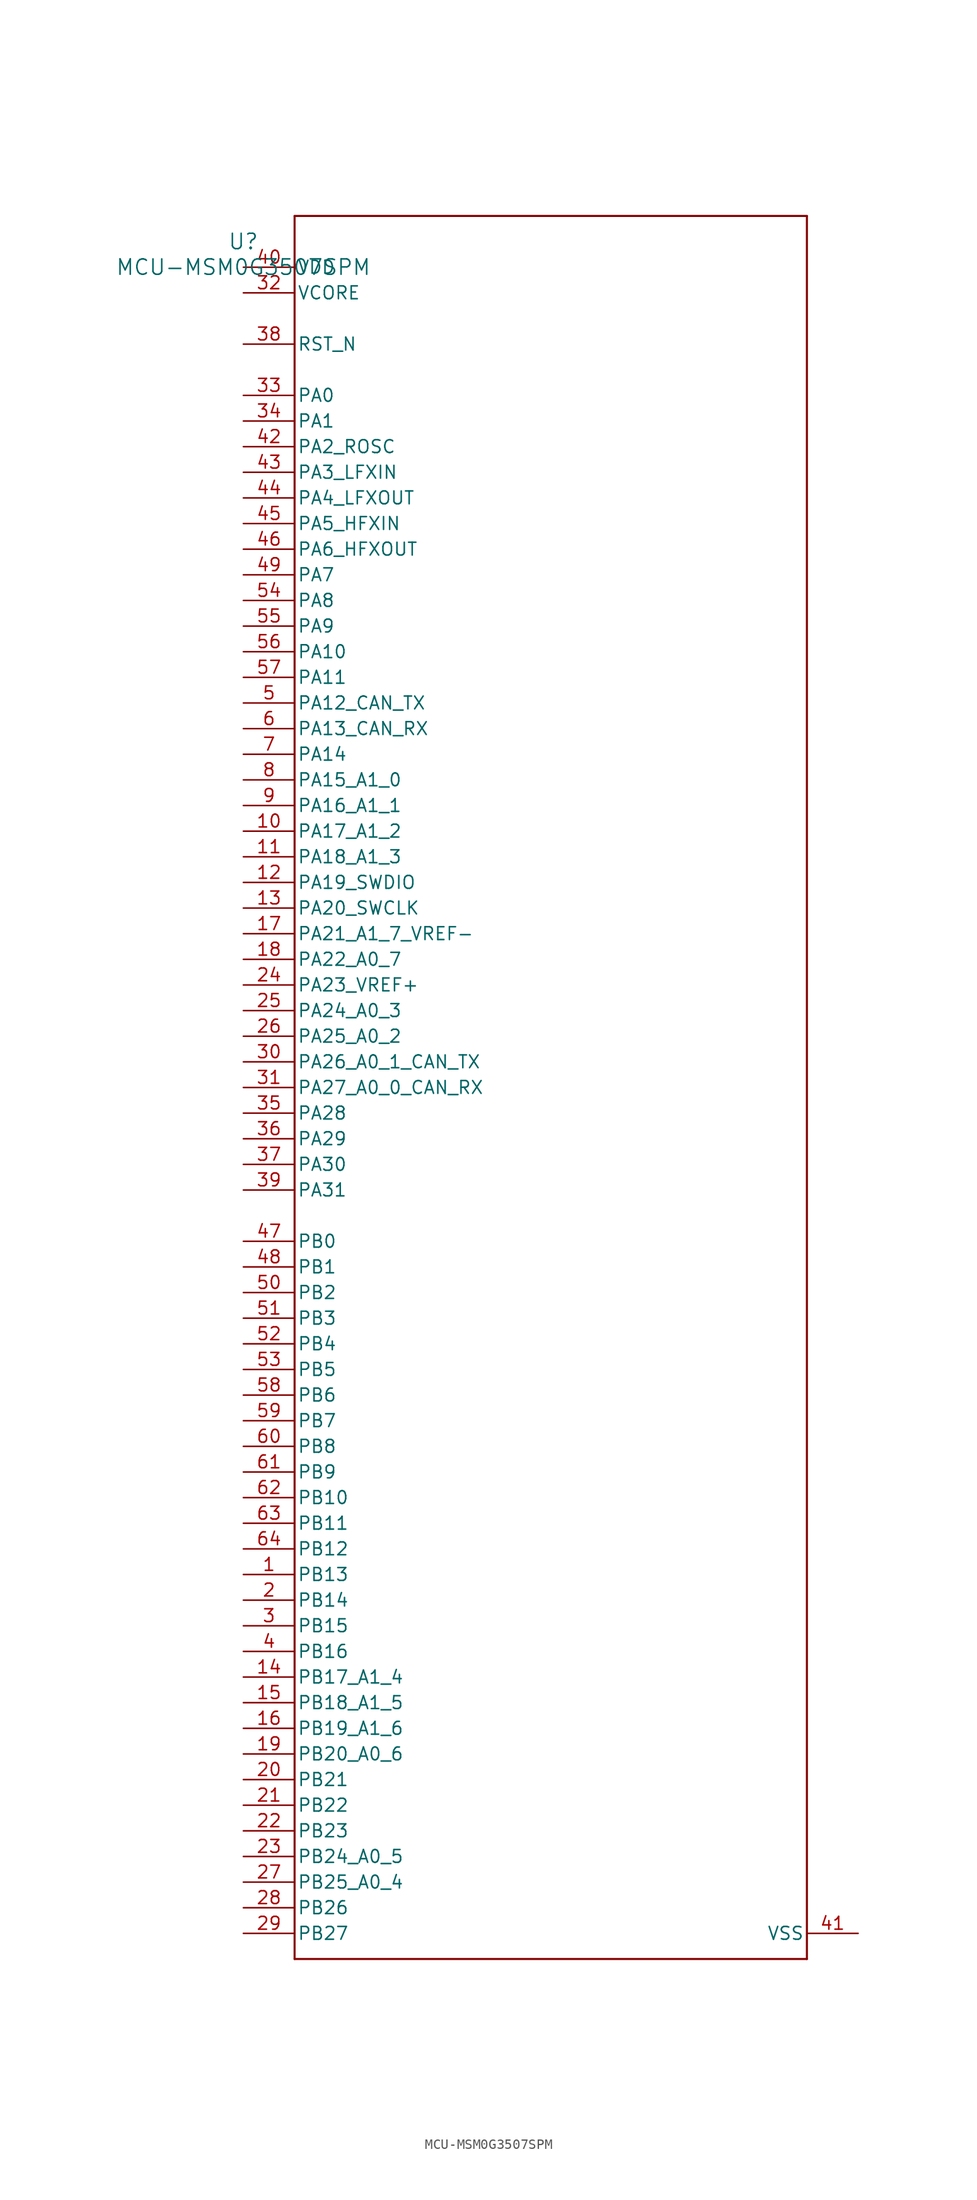
<source format=kicad_sym>
(kicad_symbol_lib
  (version 20241209)
  (generator "kicad_symbol_editor")
  (generator_version "9.0")
  (symbol "MCU-MSM0G3507SPM"
    (pin_names
      (offset 0.254))
    (property "Reference" "U"
      (at 0 2.54 0)
      (effects (font (size 1.524 1.524))))
    (property "Value" "MCU-MSM0G3507SPM"
      (at 0 0 0)
      (effects (font (size 1.524 1.524))))
    (property "ki_locked" ""
      (at 0 0 0)
      (effects (font (size 1.27 1.27))))
    (symbol "MCU-MSM0G3507SPM_0_1"
      (polyline (pts (xy 5.08 5.08) (xy 5.08 -167.64)) (stroke (width 0.203) (type default)) (fill (type none)))
      (polyline (pts (xy 5.08 -167.64) (xy 55.88 -167.64)) (stroke (width 0.203) (type default)) (fill (type none)))
      (polyline (pts (xy 55.88 5.08) (xy 5.08 5.08)) (stroke (width 0.203) (type default)) (fill (type none)))
      (polyline (pts (xy 55.88 -167.64) (xy 55.88 5.08)) (stroke (width 0.203) (type default)) (fill (type none)))
      (pin power_in line (at 0 0 0) (length 5.08) (name "VDD" (effects (font (size 1.27 1.27)))) (number "40" (effects (font (size 1.27 1.27)))))
      (pin power_in line (at 0 -2.54 0) (length 5.08) (name "VCORE" (effects (font (size 1.27 1.27)))) (number "32" (effects (font (size 1.27 1.27)))))
      (pin input line (at 0 -7.62 0) (length 5.08) (name "RST_N" (effects (font (size 1.27 1.27)))) (number "38" (effects (font (size 1.27 1.27)))))
      (pin bidirectional line (at 0 -12.7 0) (length 5.08) (name "PA0" (effects (font (size 1.27 1.27)))) (number "33" (effects (font (size 1.27 1.27)))))
      (pin bidirectional line (at 0 -15.24 0) (length 5.08) (name "PA1" (effects (font (size 1.27 1.27)))) (number "34" (effects (font (size 1.27 1.27)))))
      (pin bidirectional line (at 0 -17.78 0) (length 5.08) (name "PA2_ROSC" (effects (font (size 1.27 1.27)))) (number "42" (effects (font (size 1.27 1.27)))))
      (pin bidirectional line (at 0 -20.32 0) (length 5.08) (name "PA3_LFXIN" (effects (font (size 1.27 1.27)))) (number "43" (effects (font (size 1.27 1.27)))))
      (pin bidirectional line (at 0 -22.86 0) (length 5.08) (name "PA4_LFXOUT" (effects (font (size 1.27 1.27)))) (number "44" (effects (font (size 1.27 1.27)))))
      (pin bidirectional line (at 0 -25.4 0) (length 5.08) (name "PA5_HFXIN" (effects (font (size 1.27 1.27)))) (number "45" (effects (font (size 1.27 1.27)))))
      (pin bidirectional line (at 0 -27.94 0) (length 5.08) (name "PA6_HFXOUT" (effects (font (size 1.27 1.27)))) (number "46" (effects (font (size 1.27 1.27)))))
      (pin bidirectional line (at 0 -30.48 0) (length 5.08) (name "PA7" (effects (font (size 1.27 1.27)))) (number "49" (effects (font (size 1.27 1.27)))))
      (pin bidirectional line (at 0 -33.02 0) (length 5.08) (name "PA8" (effects (font (size 1.27 1.27)))) (number "54" (effects (font (size 1.27 1.27)))))
      (pin bidirectional line (at 0 -35.56 0) (length 5.08) (name "PA9" (effects (font (size 1.27 1.27)))) (number "55" (effects (font (size 1.27 1.27)))))
      (pin bidirectional line (at 0 -38.1 0) (length 5.08) (name "PA10" (effects (font (size 1.27 1.27)))) (number "56" (effects (font (size 1.27 1.27)))))
      (pin bidirectional line (at 0 -40.64 0) (length 5.08) (name "PA11" (effects (font (size 1.27 1.27)))) (number "57" (effects (font (size 1.27 1.27)))))
      (pin bidirectional line (at 0 -43.18 0) (length 5.08) (name "PA12_CAN_TX" (effects (font (size 1.27 1.27)))) (number "5" (effects (font (size 1.27 1.27)))))
      (pin bidirectional line (at 0 -45.72 0) (length 5.08) (name "PA13_CAN_RX" (effects (font (size 1.27 1.27)))) (number "6" (effects (font (size 1.27 1.27)))))
      (pin bidirectional line (at 0 -48.26 0) (length 5.08) (name "PA14" (effects (font (size 1.27 1.27)))) (number "7" (effects (font (size 1.27 1.27)))))
      (pin bidirectional line (at 0 -50.8 0) (length 5.08) (name "PA15_A1_0" (effects (font (size 1.27 1.27)))) (number "8" (effects (font (size 1.27 1.27)))))
      (pin bidirectional line (at 0 -53.34 0) (length 5.08) (name "PA16_A1_1" (effects (font (size 1.27 1.27)))) (number "9" (effects (font (size 1.27 1.27)))))
      (pin bidirectional line (at 0 -55.88 0) (length 5.08) (name "PA17_A1_2" (effects (font (size 1.27 1.27)))) (number "10" (effects (font (size 1.27 1.27)))))
      (pin bidirectional line (at 0 -58.42 0) (length 5.08) (name "PA18_A1_3" (effects (font (size 1.27 1.27)))) (number "11" (effects (font (size 1.27 1.27)))))
      (pin bidirectional line (at 0 -60.96 0) (length 5.08) (name "PA19_SWDIO" (effects (font (size 1.27 1.27)))) (number "12" (effects (font (size 1.27 1.27)))))
      (pin bidirectional line (at 0 -63.5 0) (length 5.08) (name "PA20_SWCLK" (effects (font (size 1.27 1.27)))) (number "13" (effects (font (size 1.27 1.27)))))
      (pin bidirectional line (at 0 -66.04 0) (length 5.08) (name "PA21_A1_7_VREF-" (effects (font (size 1.27 1.27)))) (number "17" (effects (font (size 1.27 1.27)))))
      (pin bidirectional line (at 0 -68.58 0) (length 5.08) (name "PA22_A0_7" (effects (font (size 1.27 1.27)))) (number "18" (effects (font (size 1.27 1.27)))))
      (pin bidirectional line (at 0 -71.12 0) (length 5.08) (name "PA23_VREF+" (effects (font (size 1.27 1.27)))) (number "24" (effects (font (size 1.27 1.27)))))
      (pin bidirectional line (at 0 -73.66 0) (length 5.08) (name "PA24_A0_3" (effects (font (size 1.27 1.27)))) (number "25" (effects (font (size 1.27 1.27)))))
      (pin bidirectional line (at 0 -76.2 0) (length 5.08) (name "PA25_A0_2" (effects (font (size 1.27 1.27)))) (number "26" (effects (font (size 1.27 1.27)))))
      (pin bidirectional line (at 0 -78.74 0) (length 5.08) (name "PA26_A0_1_CAN_TX" (effects (font (size 1.27 1.27)))) (number "30" (effects (font (size 1.27 1.27)))))
      (pin bidirectional line (at 0 -81.28 0) (length 5.08) (name "PA27_A0_0_CAN_RX" (effects (font (size 1.27 1.27)))) (number "31" (effects (font (size 1.27 1.27)))))
      (pin bidirectional line (at 0 -83.82 0) (length 5.08) (name "PA28" (effects (font (size 1.27 1.27)))) (number "35" (effects (font (size 1.27 1.27)))))
      (pin bidirectional line (at 0 -86.36 0) (length 5.08) (name "PA29" (effects (font (size 1.27 1.27)))) (number "36" (effects (font (size 1.27 1.27)))))
      (pin bidirectional line (at 0 -88.9 0) (length 5.08) (name "PA30" (effects (font (size 1.27 1.27)))) (number "37" (effects (font (size 1.27 1.27)))))
      (pin bidirectional line (at 0 -91.44 0) (length 5.08) (name "PA31" (effects (font (size 1.27 1.27)))) (number "39" (effects (font (size 1.27 1.27)))))
      (pin bidirectional line (at 0 -96.52 0) (length 5.08) (name "PB0" (effects (font (size 1.27 1.27)))) (number "47" (effects (font (size 1.27 1.27)))))
      (pin bidirectional line (at 0 -99.06 0) (length 5.08) (name "PB1" (effects (font (size 1.27 1.27)))) (number "48" (effects (font (size 1.27 1.27)))))
      (pin bidirectional line (at 0 -101.6 0) (length 5.08) (name "PB2" (effects (font (size 1.27 1.27)))) (number "50" (effects (font (size 1.27 1.27)))))
      (pin bidirectional line (at 0 -104.14 0) (length 5.08) (name "PB3" (effects (font (size 1.27 1.27)))) (number "51" (effects (font (size 1.27 1.27)))))
      (pin bidirectional line (at 0 -106.68 0) (length 5.08) (name "PB4" (effects (font (size 1.27 1.27)))) (number "52" (effects (font (size 1.27 1.27)))))
      (pin bidirectional line (at 0 -109.22 0) (length 5.08) (name "PB5" (effects (font (size 1.27 1.27)))) (number "53" (effects (font (size 1.27 1.27)))))
      (pin bidirectional line (at 0 -111.76 0) (length 5.08) (name "PB6" (effects (font (size 1.27 1.27)))) (number "58" (effects (font (size 1.27 1.27)))))
      (pin bidirectional line (at 0 -114.3 0) (length 5.08) (name "PB7" (effects (font (size 1.27 1.27)))) (number "59" (effects (font (size 1.27 1.27)))))
      (pin bidirectional line (at 0 -116.84 0) (length 5.08) (name "PB8" (effects (font (size 1.27 1.27)))) (number "60" (effects (font (size 1.27 1.27)))))
      (pin bidirectional line (at 0 -119.38 0) (length 5.08) (name "PB9" (effects (font (size 1.27 1.27)))) (number "61" (effects (font (size 1.27 1.27)))))
      (pin bidirectional line (at 0 -121.92 0) (length 5.08) (name "PB10" (effects (font (size 1.27 1.27)))) (number "62" (effects (font (size 1.27 1.27)))))
      (pin bidirectional line (at 0 -124.46 0) (length 5.08) (name "PB11" (effects (font (size 1.27 1.27)))) (number "63" (effects (font (size 1.27 1.27)))))
      (pin bidirectional line (at 0 -127 0) (length 5.08) (name "PB12" (effects (font (size 1.27 1.27)))) (number "64" (effects (font (size 1.27 1.27)))))
      (pin bidirectional line (at 0 -129.54 0) (length 5.08) (name "PB13" (effects (font (size 1.27 1.27)))) (number "1" (effects (font (size 1.27 1.27)))))
      (pin bidirectional line (at 0 -132.08 0) (length 5.08) (name "PB14" (effects (font (size 1.27 1.27)))) (number "2" (effects (font (size 1.27 1.27)))))
      (pin bidirectional line (at 0 -134.62 0) (length 5.08) (name "PB15" (effects (font (size 1.27 1.27)))) (number "3" (effects (font (size 1.27 1.27)))))
      (pin bidirectional line (at 0 -137.16 0) (length 5.08) (name "PB16" (effects (font (size 1.27 1.27)))) (number "4" (effects (font (size 1.27 1.27)))))
      (pin bidirectional line (at 0 -139.7 0) (length 5.08) (name "PB17_A1_4" (effects (font (size 1.27 1.27)))) (number "14" (effects (font (size 1.27 1.27)))))
      (pin bidirectional line (at 0 -142.24 0) (length 5.08) (name "PB18_A1_5" (effects (font (size 1.27 1.27)))) (number "15" (effects (font (size 1.27 1.27)))))
      (pin bidirectional line (at 0 -144.78 0) (length 5.08) (name "PB19_A1_6" (effects (font (size 1.27 1.27)))) (number "16" (effects (font (size 1.27 1.27)))))
      (pin bidirectional line (at 0 -147.32 0) (length 5.08) (name "PB20_A0_6" (effects (font (size 1.27 1.27)))) (number "19" (effects (font (size 1.27 1.27)))))
      (pin bidirectional line (at 0 -149.86 0) (length 5.08) (name "PB21" (effects (font (size 1.27 1.27)))) (number "20" (effects (font (size 1.27 1.27)))))
      (pin bidirectional line (at 0 -152.4 0) (length 5.08) (name "PB22" (effects (font (size 1.27 1.27)))) (number "21" (effects (font (size 1.27 1.27)))))
      (pin bidirectional line (at 0 -154.94 0) (length 5.08) (name "PB23" (effects (font (size 1.27 1.27)))) (number "22" (effects (font (size 1.27 1.27)))))
      (pin bidirectional line (at 0 -157.48 0) (length 5.08) (name "PB24_A0_5" (effects (font (size 1.27 1.27)))) (number "23" (effects (font (size 1.27 1.27)))))
      (pin bidirectional line (at 0 -160.02 0) (length 5.08) (name "PB25_A0_4" (effects (font (size 1.27 1.27)))) (number "27" (effects (font (size 1.27 1.27)))))
      (pin bidirectional line (at 0 -162.56 0) (length 5.08) (name "PB26" (effects (font (size 1.27 1.27)))) (number "28" (effects (font (size 1.27 1.27)))))
      (pin bidirectional line (at 0 -165.1 0) (length 5.08) (name "PB27" (effects (font (size 1.27 1.27)))) (number "29" (effects (font (size 1.27 1.27)))))
      (pin power_in line (at 60.96 -165.1 180) (length 5.08) (name "VSS" (effects (font (size 1.27 1.27)))) (number "41" (effects (font (size 1.27 1.27))))))))
</source>
